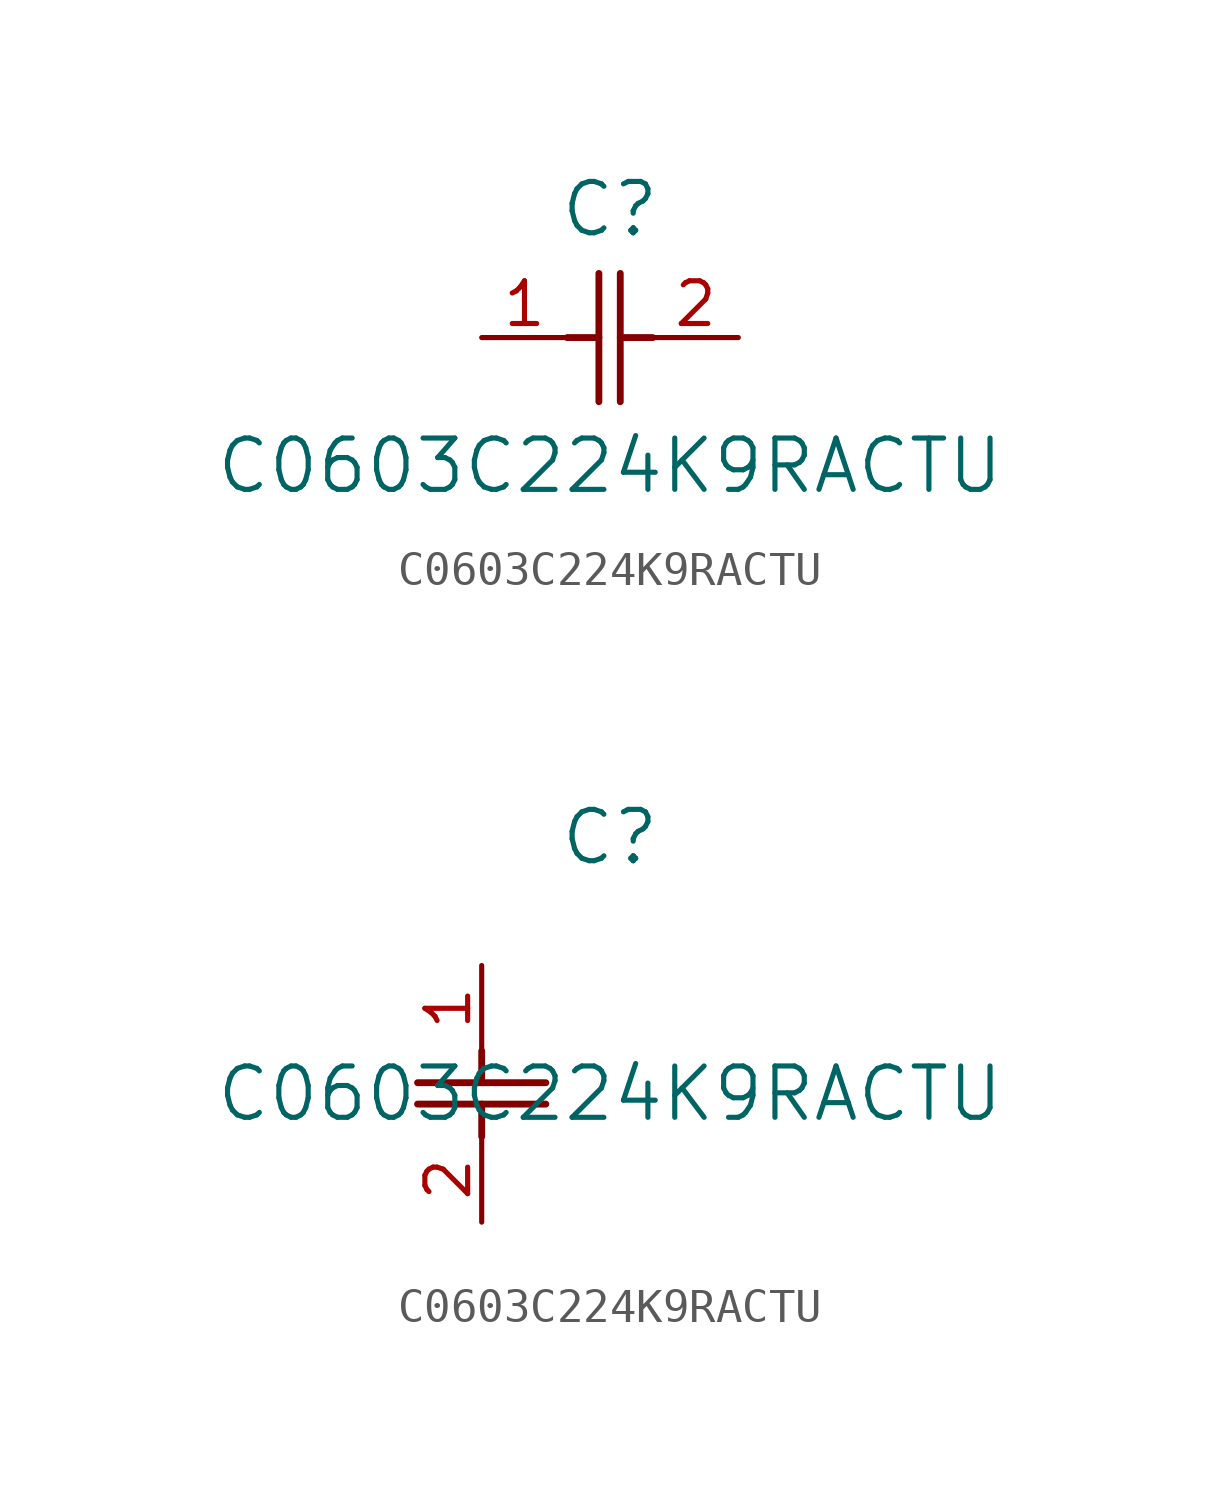
<source format=kicad_sym>
(kicad_symbol_lib
  (version 20211014)
  (generator kicad_symbol_editor)
  (symbol "C0603C224K9RACTU"
    (pin_names
      (offset 0.254))
    (property "Reference" "C"
      (at 3.81 3.81 0)
      (effects (font (size 1.524 1.524))))
    (property "Value" "C0603C224K9RACTU"
      (at 3.81 -3.81 0)
      (effects (font (size 1.524 1.524))))
    (symbol "C0603C224K9RACTU_1_1"
      (polyline (pts (xy 3.48 -1.905) (xy 3.48 1.905)) (stroke (width 0.203) (type default) (color 0 0 0 0)) (fill (type none)))
      (polyline (pts (xy 4.115 -1.905) (xy 4.115 1.905)) (stroke (width 0.203) (type default) (color 0 0 0 0)) (fill (type none)))
      (polyline (pts (xy 4.115 0) (xy 5.08 0)) (stroke (width 0.203) (type default) (color 0 0 0 0)) (fill (type none)))
      (polyline (pts (xy 2.54 0) (xy 3.48 0)) (stroke (width 0.203) (type default) (color 0 0 0 0)) (fill (type none)))
      (pin unspecified line (at 0 0 0) (length 2.54) (name "" (effects (font (size 1.27 1.27)))) (number "1" (effects (font (size 1.27 1.27)))))
      (pin unspecified line (at 7.62 0 180) (length 2.54) (name "" (effects (font (size 1.27 1.27)))) (number "2" (effects (font (size 1.27 1.27))))))
    (symbol "C0603C224K9RACTU_1_2"
      (polyline (pts (xy -1.905 -3.48) (xy 1.905 -3.48)) (stroke (width 0.203) (type default) (color 0 0 0 0)) (fill (type none)))
      (polyline (pts (xy -1.905 -4.115) (xy 1.905 -4.115)) (stroke (width 0.203) (type default) (color 0 0 0 0)) (fill (type none)))
      (polyline (pts (xy 0 -4.115) (xy 0 -5.08)) (stroke (width 0.203) (type default) (color 0 0 0 0)) (fill (type none)))
      (polyline (pts (xy 0 -2.54) (xy 0 -3.48)) (stroke (width 0.203) (type default) (color 0 0 0 0)) (fill (type none)))
      (pin unspecified line (at 0 0 270) (length 2.54) (name "" (effects (font (size 1.27 1.27)))) (number "1" (effects (font (size 1.27 1.27)))))
      (pin unspecified line (at 0 -7.62 90) (length 2.54) (name "" (effects (font (size 1.27 1.27)))) (number "2" (effects (font (size 1.27 1.27))))))))
</source>
